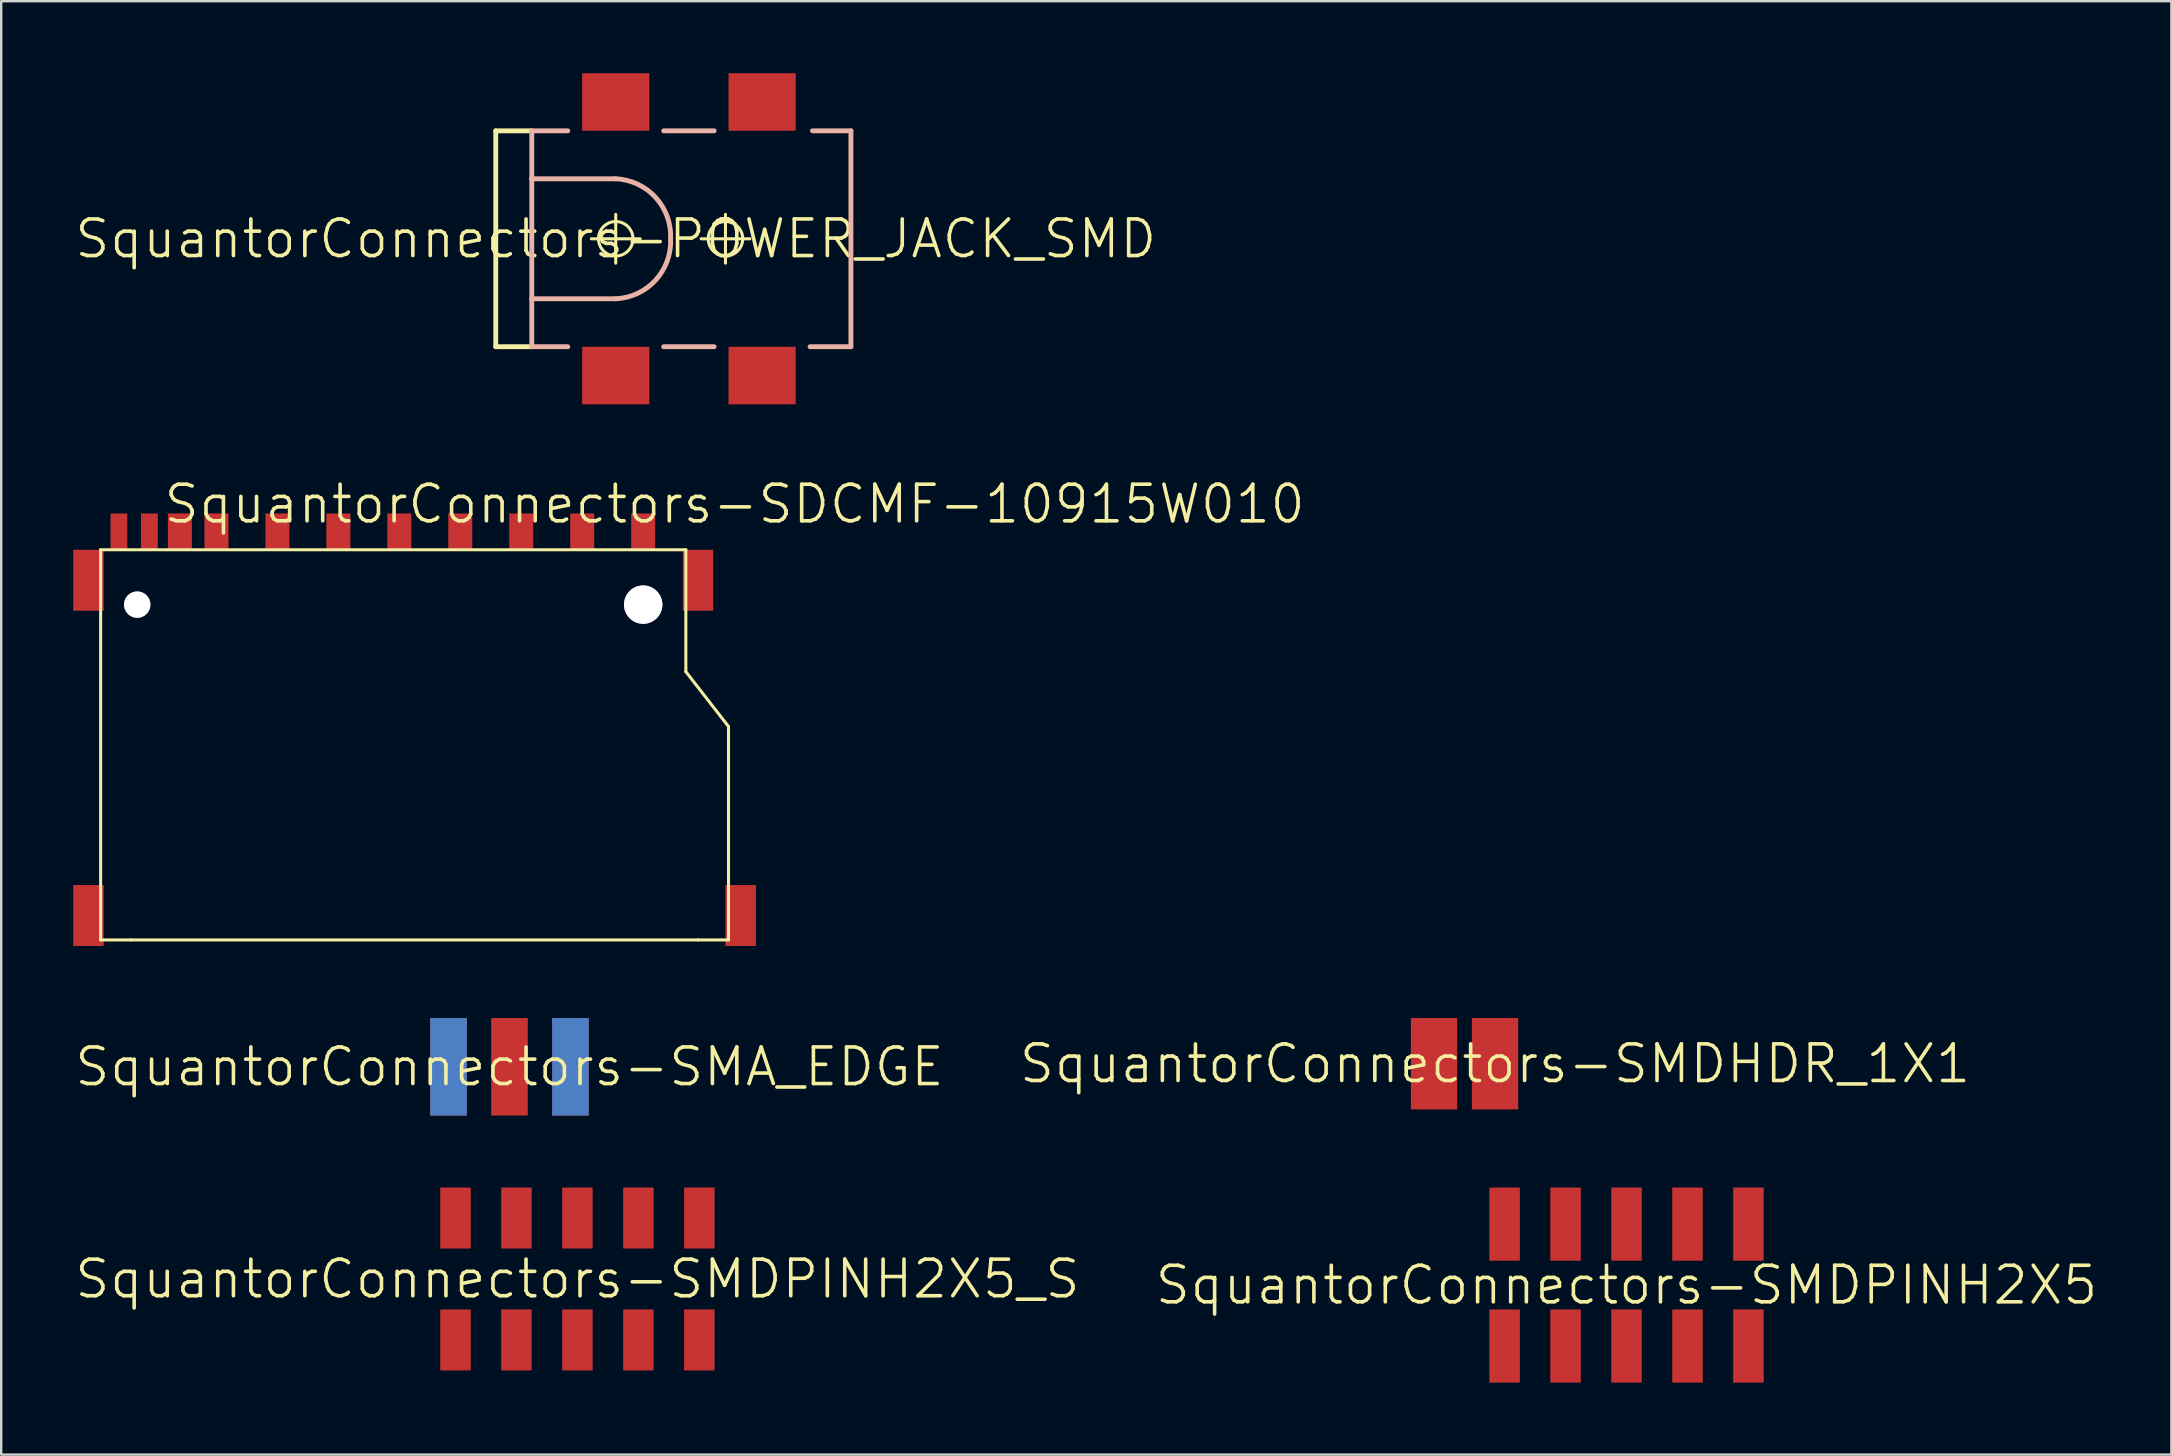
<source format=kicad_pcb>
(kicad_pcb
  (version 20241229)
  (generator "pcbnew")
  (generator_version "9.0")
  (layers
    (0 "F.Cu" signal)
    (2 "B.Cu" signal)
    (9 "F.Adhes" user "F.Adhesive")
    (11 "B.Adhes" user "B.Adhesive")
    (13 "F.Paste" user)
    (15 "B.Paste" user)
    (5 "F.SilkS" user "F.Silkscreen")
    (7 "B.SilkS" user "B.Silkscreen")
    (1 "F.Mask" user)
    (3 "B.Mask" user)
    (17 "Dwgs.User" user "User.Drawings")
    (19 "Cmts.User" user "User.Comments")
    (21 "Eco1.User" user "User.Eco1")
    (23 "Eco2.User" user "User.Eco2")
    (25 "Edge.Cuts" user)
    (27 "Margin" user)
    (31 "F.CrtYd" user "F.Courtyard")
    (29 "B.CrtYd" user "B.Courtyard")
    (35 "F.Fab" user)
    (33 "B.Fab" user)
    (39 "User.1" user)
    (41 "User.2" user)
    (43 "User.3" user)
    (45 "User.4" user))
  (footprint "SquantorConnectors-SMDHDR_1X1"
    (layer "F.Cu")
    (at 59.243 41.272)
    (property "Reference" "SquantorConnectors-SMDHDR_1X1" (at 0 0 0) (layer "F.SilkS") (effects (font (size 1.524 1.524) (thickness 0.15))))
    (attr smd)
    (pad "P$1" smd rect (at 0 0 90) (size 3.81 1.93) (layers "F.Cu" "F.Mask" "F.Paste"))
    (pad "P$2" smd rect (at -2.54 0 90) (size 3.81 1.93) (layers "F.Cu" "F.Mask" "F.Paste")))
  (footprint "SquantorConnectors-SDCMF-10915W010"
    (layer "F.Cu")
    (at 13.843 32.557)
    (property "Reference" "SquantorConnectors-SDCMF-10915W010" (at 13.716 -14.605 0) (layer "F.SilkS") (effects (font (size 1.524 1.524) (thickness 0.15))))
    (attr smd)
    (fp_line (start -12.7 -12.7) (end -12.7 3.556) (stroke (width 0.127) (type solid)) (layer "F.SilkS"))
    (fp_line (start -12.7 -12.7) (end 11.684 -12.7) (stroke (width 0.127) (type solid)) (layer "F.SilkS"))
    (fp_line (start -12.7 3.556) (end -11.43 3.556) (stroke (width 0.127) (type solid)) (layer "F.SilkS"))
    (fp_line (start -11.43 3.556) (end 12.192 3.556) (stroke (width 0.127) (type solid)) (layer "F.SilkS"))
    (fp_line (start 11.684 -12.7) (end 11.684 -7.62) (stroke (width 0.127) (type solid)) (layer "F.SilkS"))
    (fp_line (start 11.684 -7.62) (end 13.462 -5.334) (stroke (width 0.127) (type solid)) (layer "F.SilkS"))
    (fp_line (start 12.192 3.556) (end 13.462 3.556) (stroke (width 0.127) (type solid)) (layer "F.SilkS"))
    (fp_line (start 13.462 3.556) (end 13.462 -5.334) (stroke (width 0.127) (type solid)) (layer "F.SilkS"))
    (pad "1" smd rect (at 7.366 -13.462 90) (size 1.5 1) (layers "F.Cu" "F.Mask" "F.Paste"))
    (pad "2" smd rect (at 4.826 -13.462 90) (size 1.5 1) (layers "F.Cu" "F.Mask" "F.Paste"))
    (pad "3" smd rect (at 2.286 -13.462 90) (size 1.5 1) (layers "F.Cu" "F.Mask" "F.Paste"))
    (pad "4" smd rect (at -0.254 -13.462 90) (size 1.5 1) (layers "F.Cu" "F.Mask" "F.Paste"))
    (pad "5" smd rect (at -2.794 -13.462 90) (size 1.5 1) (layers "F.Cu" "F.Mask" "F.Paste"))
    (pad "6" smd rect (at -5.334 -13.462 90) (size 1.5 1) (layers "F.Cu" "F.Mask" "F.Paste"))
    (pad "7" smd rect (at -7.874 -13.462 90) (size 1.5 1) (layers "F.Cu" "F.Mask" "F.Paste"))
    (pad "8" smd rect (at -9.398 -13.462 90) (size 1.5 1) (layers "F.Cu" "F.Mask" "F.Paste"))
    (pad "9" smd rect (at 9.906 -13.462 90) (size 1.5 1) (layers "F.Cu" "F.Mask" "F.Paste"))
    (pad "CD" smd rect (at -10.668 -13.462 90) (size 1.5 0.7) (layers "F.Cu" "F.Mask" "F.Paste"))
    (pad "D1" thru_hole circle (at 9.906 -10.414 90) (size 1.6 1.6) (drill 1.6) (layers "*.Cu" "*.Mask"))
    (pad "D2" thru_hole circle (at -11.176 -10.414 90) (size 1.1 1.1) (drill 1.1) (layers "*.Cu" "*.Mask"))
    (pad "S1" smd rect (at -13.208 -11.43 90) (size 2.54 1.27) (layers "F.Cu" "F.Mask" "F.Paste"))
    (pad "S2" smd rect (at -13.208 2.54 90) (size 2.54 1.27) (layers "F.Cu" "F.Mask" "F.Paste"))
    (pad "S3" smd rect (at 13.97 2.54 90) (size 2.54 1.27) (layers "F.Cu" "F.Mask" "F.Paste"))
    (pad "S4" smd rect (at 12.192 -11.43 90) (size 2.54 1.27) (layers "F.Cu" "F.Mask" "F.Paste"))
    (pad "WP" smd rect (at -11.938 -13.462 90) (size 1.5 0.7) (layers "F.Cu" "F.Mask" "F.Paste")))
  (footprint "SquantorConnectors-SMA_EDGE"
    (layer "F.Cu")
    (at 18.179 41.399)
    (property "Reference" "SquantorConnectors-SMA_EDGE" (at 0 0 0) (layer "F.SilkS") (effects (font (size 1.524 1.524) (thickness 0.15))))
    (attr smd)
    (pad "GND@" smd rect (at -2.54 0) (size 1.524 4.064) (layers "F.Cu" "F.Mask" "F.Paste"))
    (pad "GND@" smd rect (at -2.54 0) (size 1.524 4.064) (layers "B.Cu" "B.Mask"))
    (pad "GND@" smd rect (at 2.54 0) (size 1.524 4.064) (layers "F.Cu" "F.Mask" "F.Paste"))
    (pad "GND@" smd rect (at 2.54 0) (size 1.524 4.064) (layers "B.Cu" "B.Mask"))
    (pad "SIG" smd rect (at 0 0) (size 1.524 4.064) (layers "F.Cu" "F.Mask" "F.Paste")))
  (footprint "SquantorConnectors-POWER_JACK_SMD"
    (layer "F.Cu")
    (at 22.606 6.899)
    (property "Reference" "SquantorConnectors-POWER_JACK_SMD" (at 0 0 0) (layer "F.SilkS") (effects (font (size 1.524 1.524) (thickness 0.15))))
    (attr smd)
    (fp_line (start -4.999 -4.498) (end -4.999 4.498) (stroke (width 0.203) (type solid)) (layer "F.SilkS"))
    (fp_line (start -4.999 -4.498) (end -3.498 -4.498) (stroke (width 0.203) (type solid)) (layer "F.SilkS"))
    (fp_line (start -3.498 4.498) (end -4.999 4.498) (stroke (width 0.203) (type solid)) (layer "F.SilkS"))
    (fp_line (start -1.016 0) (end 1.016 0) (stroke (width 0.127) (type solid)) (layer "F.SilkS"))
    (fp_line (start 0 1.016) (end 0 -1.016) (stroke (width 0.127) (type solid)) (layer "F.SilkS"))
    (fp_line (start 3.556 0) (end 5.588 0) (stroke (width 0.127) (type solid)) (layer "F.SilkS"))
    (fp_line (start 4.572 1.016) (end 4.572 -1.016) (stroke (width 0.127) (type solid)) (layer "F.SilkS"))
    (fp_circle (center 0 0) (end -0.508 0.508) (stroke (width 0.127) (type solid)) (fill no) (layer "F.SilkS"))
    (fp_circle (center 4.572 0) (end 5.08 0.508) (stroke (width 0.127) (type solid)) (fill no) (layer "F.SilkS"))
    (fp_line (start -3.498 -4.498) (end -3.498 -2.499) (stroke (width 0.203) (type solid)) (layer "B.SilkS"))
    (fp_line (start -3.498 -4.498) (end -1.999 -4.498) (stroke (width 0.203) (type solid)) (layer "B.SilkS"))
    (fp_line (start -3.498 -2.499) (end -3.498 2.499) (stroke (width 0.203) (type solid)) (layer "B.SilkS"))
    (fp_line (start -3.498 -2.499) (end 0 -2.499) (stroke (width 0.203) (type solid)) (layer "B.SilkS"))
    (fp_line (start -3.498 2.499) (end -3.498 4.498) (stroke (width 0.203) (type solid)) (layer "B.SilkS"))
    (fp_line (start -1.999 4.498) (end -3.498 4.498) (stroke (width 0.203) (type solid)) (layer "B.SilkS"))
    (fp_line (start 0 2.499) (end -3.498 2.499) (stroke (width 0.203) (type solid)) (layer "B.SilkS"))
    (fp_line (start 1.999 -4.498) (end 4.1 -4.498) (stroke (width 0.203) (type solid)) (layer "B.SilkS"))
    (fp_line (start 4.1 4.498) (end 1.999 4.498) (stroke (width 0.203) (type solid)) (layer "B.SilkS"))
    (fp_line (start 8.199 -4.498) (end 9.799 -4.498) (stroke (width 0.203) (type solid)) (layer "B.SilkS"))
    (fp_line (start 9.799 -4.498) (end 9.799 4.498) (stroke (width 0.203) (type solid)) (layer "B.SilkS"))
    (fp_line (start 9.799 4.498) (end 8.098 4.498) (stroke (width 0.203) (type solid)) (layer "B.SilkS"))
    (fp_arc (start 0 -2.49936) (mid 1.660634 -1.723126) (end 2.286 0) (stroke (width 0.2032) (type solid)) (layer "B.SilkS"))
    (fp_arc (start 2.286 0) (mid 1.660634 1.723126) (end 0 2.49936) (stroke (width 0.2032) (type solid)) (layer "B.SilkS"))
    (pad "GND" smd rect (at 0 5.7) (size 2.799 2.398) (layers "F.Cu" "F.Mask" "F.Paste"))
    (pad "P$4" smd rect (at 6.099 5.7) (size 2.799 2.398) (layers "F.Cu" "F.Mask" "F.Paste"))
    (pad "VIN0" smd rect (at 0 -5.7) (size 2.799 2.398) (layers "F.Cu" "F.Mask" "F.Paste"))
    (pad "VIN1" smd rect (at 6.099 -5.7) (size 2.799 2.398) (layers "F.Cu" "F.Mask" "F.Paste")))
  (footprint "SquantorConnectors-SMDPINH2X5"
    (layer "F.Cu")
    (at 64.722 50.495)
    (property "Reference" "SquantorConnectors-SMDPINH2X5" (at 0 0 0) (layer "F.SilkS") (effects (font (size 1.524 1.524) (thickness 0.15))))
    (attr smd)
    (pad "P$1" smd rect (at -5.08 2.54 90) (size 3.048 1.27) (layers "F.Cu" "F.Mask" "F.Paste"))
    (pad "P$2" smd rect (at -5.08 -2.54 90) (size 3.048 1.27) (layers "F.Cu" "F.Mask" "F.Paste"))
    (pad "P$3" smd rect (at -2.54 2.54 90) (size 3.048 1.27) (layers "F.Cu" "F.Mask" "F.Paste"))
    (pad "P$4" smd rect (at -2.54 -2.54 90) (size 3.048 1.27) (layers "F.Cu" "F.Mask" "F.Paste"))
    (pad "P$5" smd rect (at 0 2.54 90) (size 3.048 1.27) (layers "F.Cu" "F.Mask" "F.Paste"))
    (pad "P$6" smd rect (at 0 -2.54 90) (size 3.048 1.27) (layers "F.Cu" "F.Mask" "F.Paste"))
    (pad "P$7" smd rect (at 2.54 2.54 90) (size 3.048 1.27) (layers "F.Cu" "F.Mask" "F.Paste"))
    (pad "P$8" smd rect (at 2.54 -2.54 90) (size 3.048 1.27) (layers "F.Cu" "F.Mask" "F.Paste"))
    (pad "P$9" smd rect (at 5.08 2.54 90) (size 3.048 1.27) (layers "F.Cu" "F.Mask" "F.Paste"))
    (pad "P$10" smd rect (at 5.08 -2.54 90) (size 3.048 1.27) (layers "F.Cu" "F.Mask" "F.Paste")))
  (footprint "SquantorConnectors-SMDPINH2X5_S"
    (layer "F.Cu")
    (at 21.009 50.241)
    (property "Reference" "SquantorConnectors-SMDPINH2X5_S" (at 0 0 0) (layer "F.SilkS") (effects (font (size 1.524 1.524) (thickness 0.15))))
    (attr smd)
    (pad "P$1" smd rect (at -5.08 2.54 90) (size 2.54 1.27) (layers "F.Cu" "F.Mask" "F.Paste"))
    (pad "P$2" smd rect (at -5.08 -2.54 90) (size 2.54 1.27) (layers "F.Cu" "F.Mask" "F.Paste"))
    (pad "P$3" smd rect (at -2.54 2.54 90) (size 2.54 1.27) (layers "F.Cu" "F.Mask" "F.Paste"))
    (pad "P$4" smd rect (at -2.54 -2.54 90) (size 2.54 1.27) (layers "F.Cu" "F.Mask" "F.Paste"))
    (pad "P$5" smd rect (at 0 2.54 90) (size 2.54 1.27) (layers "F.Cu" "F.Mask" "F.Paste"))
    (pad "P$6" smd rect (at 0 -2.54 90) (size 2.54 1.27) (layers "F.Cu" "F.Mask" "F.Paste"))
    (pad "P$7" smd rect (at 2.54 2.54 90) (size 2.54 1.27) (layers "F.Cu" "F.Mask" "F.Paste"))
    (pad "P$8" smd rect (at 2.54 -2.54 90) (size 2.54 1.27) (layers "F.Cu" "F.Mask" "F.Paste"))
    (pad "P$9" smd rect (at 5.08 2.54 90) (size 2.54 1.27) (layers "F.Cu" "F.Mask" "F.Paste"))
    (pad "P$10" smd rect (at 5.08 -2.54 90) (size 2.54 1.27) (layers "F.Cu" "F.Mask" "F.Paste")))
  (gr_rect
    (start -3 -3)
    (end 87.425 57.559)
    (stroke (width 0.1) (type default))
    (fill no)
    (layer "Edge.Cuts")))
</source>
